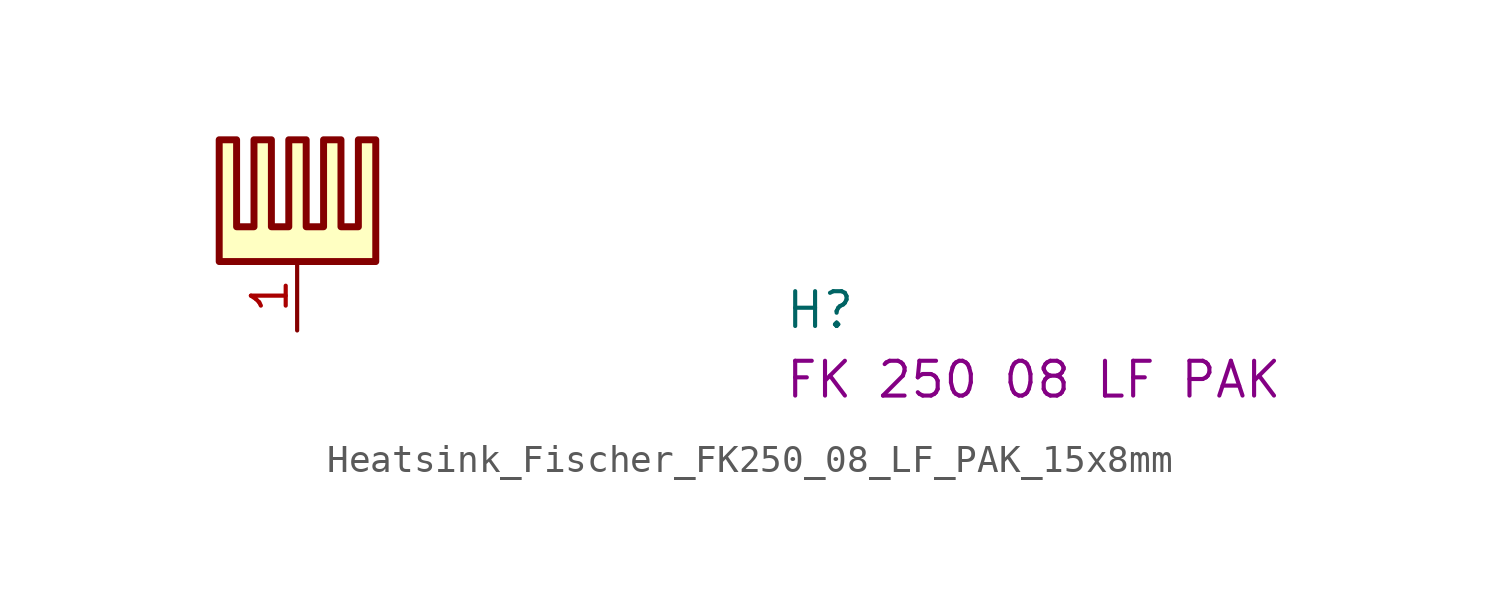
<source format=kicad_sym>
(kicad_symbol_lib
  (version 20220914)
  (generator kicad_symbol_editor)
  (symbol "Heatsink_Fischer_FK250_08_LF_PAK_15x8mm"
    (pin_names hide)
    (property "Reference" "H"
      (at 17.78 0 0)
      (effects (font (size 1.27 1.27) (thickness 0.15)) (justify left bottom)))
    (property "MPN" "FK 250 08 LF PAK"
      (at 17.78 -2.54 0)
      (effects (font (size 1.27 1.27) (thickness 0.15)) (justify left bottom)))
    (symbol "Heatsink_Fischer_FK250_08_LF_PAK_15x8mm_1_1"
      (polyline (pts (xy -2.845 6.96) (xy -2.21 6.96) (xy -2.21 3.785) (xy -1.575 3.785) (xy -1.575 6.96) (xy -0.94 6.96) (xy -0.94 3.785) (xy -0.305 3.785) (xy -0.305 6.96) (xy 0.33 6.96) (xy 0.33 3.785) (xy 0.965 3.785) (xy 0.965 6.96) (xy 1.6 6.96) (xy 1.6 3.785) (xy 2.235 3.785) (xy 2.235 6.96) (xy 2.87 6.96) (xy 2.87 2.515) (xy -2.845 2.515) (xy -2.845 6.96)) (stroke (width 0.254) (type default)) (fill (type background)))
      (pin passive line (at 0 0 90) (length 2.54) (name "1" (effects (font (size 1.27 1.27)))) (number "1" (effects (font (size 1.27 1.27))))))))
</source>
